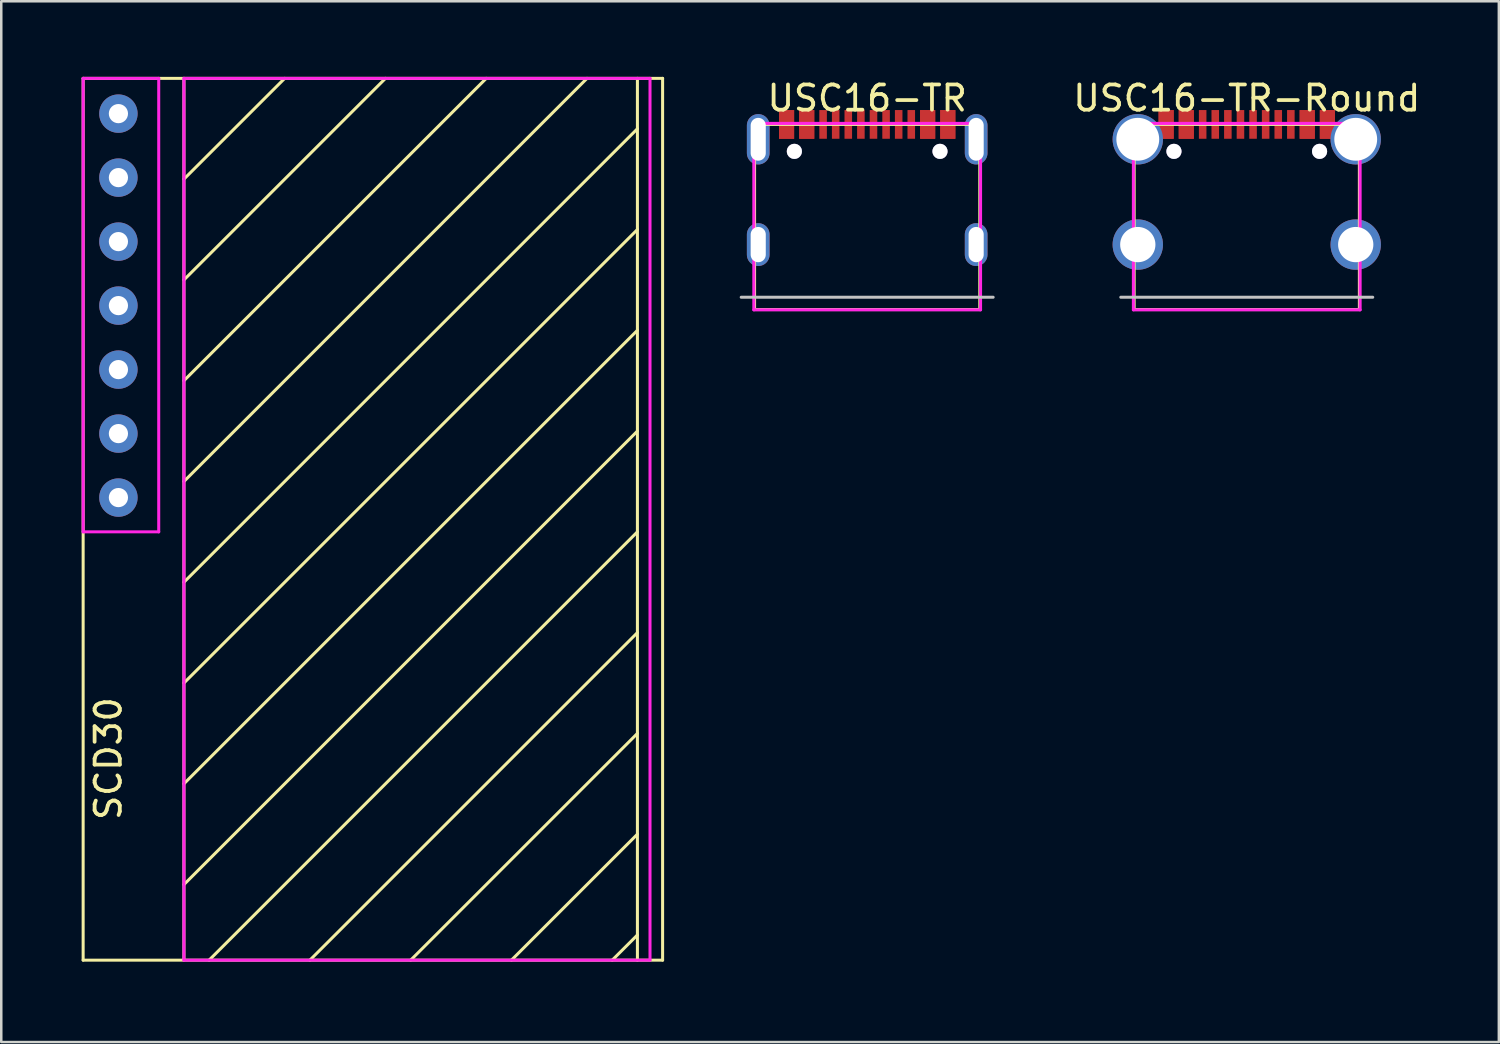
<source format=kicad_pcb>
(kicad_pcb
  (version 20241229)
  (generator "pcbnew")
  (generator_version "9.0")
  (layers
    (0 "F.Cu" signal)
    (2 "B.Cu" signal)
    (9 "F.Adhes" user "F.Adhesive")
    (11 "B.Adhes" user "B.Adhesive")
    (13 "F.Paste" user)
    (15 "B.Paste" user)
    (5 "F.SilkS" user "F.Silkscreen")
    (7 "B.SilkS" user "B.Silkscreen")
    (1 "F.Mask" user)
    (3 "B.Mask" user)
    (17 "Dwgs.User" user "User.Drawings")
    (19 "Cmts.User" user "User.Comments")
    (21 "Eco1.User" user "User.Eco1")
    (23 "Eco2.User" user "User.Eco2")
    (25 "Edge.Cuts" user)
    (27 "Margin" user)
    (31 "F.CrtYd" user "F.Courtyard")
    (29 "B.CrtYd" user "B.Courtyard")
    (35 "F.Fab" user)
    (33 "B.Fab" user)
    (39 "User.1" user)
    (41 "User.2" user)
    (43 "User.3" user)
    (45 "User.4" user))
  (footprint "USC16-TR"
    (layer "F.Cu")
    (at 31.37 8.748)
    (property "Reference" "USC16-TR" (at 0 -7.9 0) (layer "F.SilkS") (effects (font (size 1 1) (thickness 0.15))))
    (attr smd)
    (fp_line (start -4.47 -6.86) (end 4.47 -6.86) (stroke (width 0.12) (type solid)) (layer "F.SilkS"))
    (fp_line (start -4.47 0.49) (end -4.47 -6.86) (stroke (width 0.12) (type solid)) (layer "F.SilkS"))
    (fp_line (start -4.47 0.49) (end 4.47 0.49) (stroke (width 0.12) (type solid)) (layer "F.SilkS"))
    (fp_line (start 4.47 -6.86) (end 4.47 0.49) (stroke (width 0.12) (type solid)) (layer "F.SilkS"))
    (fp_line (start -5 0) (end 5 0) (stroke (width 0.12) (type solid)) (layer "Dwgs.User"))
    (fp_line (start -4.5 -6.9) (end 4.5 -6.9) (stroke (width 0.12) (type solid)) (layer "F.CrtYd"))
    (fp_line (start -4.5 0.5) (end -4.5 -6.9) (stroke (width 0.12) (type solid)) (layer "F.CrtYd"))
    (fp_line (start 4.5 -6.9) (end 4.5 0.5) (stroke (width 0.12) (type solid)) (layer "F.CrtYd"))
    (fp_line (start 4.5 0.5) (end -4.5 0.5) (stroke (width 0.12) (type solid)) (layer "F.CrtYd"))
    (pad "" thru_hole circle (at -2.89 -5.79) (size 0.6 0.6) (drill 0.6) (layers "*.Cu" "*.Mask"))
    (pad "" thru_hole circle (at 2.89 -5.79) (size 0.6 0.6) (drill 0.6) (layers "*.Cu" "*.Mask"))
    (pad "A1" smd rect (at -3.2 -6.86) (size 0.6 1.14) (layers "F.Cu" "F.Mask" "F.Paste"))
    (pad "A4" smd rect (at -2.4 -6.86) (size 0.6 1.14) (layers "F.Cu" "F.Mask" "F.Paste"))
    (pad "A5" smd rect (at -1.25 -6.86) (size 0.3 1.14) (layers "F.Cu" "F.Mask" "F.Paste"))
    (pad "A6" smd rect (at -0.25 -6.86) (size 0.3 1.14) (layers "F.Cu" "F.Mask" "F.Paste"))
    (pad "A7" smd rect (at 0.25 -6.86) (size 0.3 1.14) (layers "F.Cu" "F.Mask" "F.Paste"))
    (pad "A8" smd rect (at 1.25 -6.86) (size 0.3 1.14) (layers "F.Cu" "F.Mask" "F.Paste"))
    (pad "A9" smd rect (at 2.4 -6.86) (size 0.6 1.14) (layers "F.Cu" "F.Mask" "F.Paste"))
    (pad "A12" smd rect (at 3.2 -6.86) (size 0.6 1.14) (layers "F.Cu" "F.Mask" "F.Paste"))
    (pad "B1" smd rect (at 3.2 -6.86) (size 0.6 1.14) (layers "F.Cu" "F.Mask" "F.Paste"))
    (pad "B4" smd rect (at 2.4 -6.86) (size 0.6 1.14) (layers "F.Cu" "F.Mask" "F.Paste"))
    (pad "B5" smd rect (at 1.75 -6.86) (size 0.3 1.14) (layers "F.Cu" "F.Mask" "F.Paste"))
    (pad "B6" smd rect (at 0.75 -6.86) (size 0.3 1.14) (layers "F.Cu" "F.Mask" "F.Paste"))
    (pad "B7" smd rect (at -0.75 -6.86) (size 0.3 1.14) (layers "F.Cu" "F.Mask" "F.Paste"))
    (pad "B8" smd rect (at -1.75 -6.86) (size 0.3 1.14) (layers "F.Cu" "F.Mask" "F.Paste"))
    (pad "B9" smd rect (at -2.4 -6.86) (size 0.6 1.14) (layers "F.Cu" "F.Mask" "F.Paste"))
    (pad "B12" smd rect (at -3.2 -6.86) (size 0.6 1.14) (layers "F.Cu" "F.Mask" "F.Paste"))
    (pad "S1" thru_hole oval (at -4.325 -6.27) (size 0.9 2) (drill oval 0.6 1.7) (layers "*.Cu" "*.Mask"))
    (pad "S1" thru_hole oval (at -4.325 -2.09) (size 0.9 1.7) (drill oval 0.6 1.4) (layers "*.Cu" "*.Mask"))
    (pad "S1" thru_hole oval (at 4.325 -6.27) (size 0.9 2) (drill oval 0.6 1.7) (layers "*.Cu" "*.Mask"))
    (pad "S1" thru_hole oval (at 4.325 -2.09) (size 0.9 1.7) (drill oval 0.6 1.4) (layers "*.Cu" "*.Mask")))
  (footprint "SCD30"
    (layer "F.Cu")
    (at 0.25 35.06)
    (property "Reference" "SCD30" (at 1 -8 90) (layer "F.SilkS") (effects (font (size 1 1) (thickness 0.15))))
    (attr through_hole)
    (fp_line (start 0 -35) (end 23 -35) (stroke (width 0.12) (type solid)) (layer "F.SilkS"))
    (fp_line (start 0 0) (end 0 -35) (stroke (width 0.12) (type solid)) (layer "F.SilkS"))
    (fp_line (start 4 -35) (end 4 0) (stroke (width 0.12) (type solid)) (layer "F.SilkS"))
    (fp_line (start 8 -35) (end 4 -31) (stroke (width 0.12) (type solid)) (layer "F.SilkS"))
    (fp_line (start 12 -35) (end 4 -27) (stroke (width 0.12) (type solid)) (layer "F.SilkS"))
    (fp_line (start 16 -35) (end 4 -23) (stroke (width 0.12) (type solid)) (layer "F.SilkS"))
    (fp_line (start 20 -35) (end 4 -19) (stroke (width 0.12) (type solid)) (layer "F.SilkS"))
    (fp_line (start 22 -35) (end 22 0) (stroke (width 0.12) (type solid)) (layer "F.SilkS"))
    (fp_line (start 22 -33) (end 4 -15) (stroke (width 0.12) (type solid)) (layer "F.SilkS"))
    (fp_line (start 22 -29) (end 4 -11) (stroke (width 0.12) (type solid)) (layer "F.SilkS"))
    (fp_line (start 22 -25) (end 4 -7) (stroke (width 0.12) (type solid)) (layer "F.SilkS"))
    (fp_line (start 22 -21) (end 4 -3) (stroke (width 0.12) (type solid)) (layer "F.SilkS"))
    (fp_line (start 22 -17) (end 5 0) (stroke (width 0.12) (type solid)) (layer "F.SilkS"))
    (fp_line (start 22 -13) (end 9 0) (stroke (width 0.12) (type solid)) (layer "F.SilkS"))
    (fp_line (start 22 -9) (end 13 0) (stroke (width 0.12) (type solid)) (layer "F.SilkS"))
    (fp_line (start 22 -5) (end 17 0) (stroke (width 0.12) (type solid)) (layer "F.SilkS"))
    (fp_line (start 22 -1) (end 21 0) (stroke (width 0.12) (type solid)) (layer "F.SilkS"))
    (fp_line (start 23 -35) (end 23 0) (stroke (width 0.12) (type solid)) (layer "F.SilkS"))
    (fp_line (start 23 0) (end 0 0) (stroke (width 0.12) (type solid)) (layer "F.SilkS"))
    (fp_line (start 0 -35) (end 3 -35) (stroke (width 0.12) (type solid)) (layer "F.CrtYd"))
    (fp_line (start 0 -17) (end 0 -35) (stroke (width 0.12) (type solid)) (layer "F.CrtYd"))
    (fp_line (start 3 -35) (end 3 -17) (stroke (width 0.12) (type solid)) (layer "F.CrtYd"))
    (fp_line (start 3 -17) (end 0 -17) (stroke (width 0.12) (type solid)) (layer "F.CrtYd"))
    (fp_line (start 4 -35) (end 22.5 -35) (stroke (width 0.12) (type solid)) (layer "F.CrtYd"))
    (fp_line (start 4 0) (end 4 -35) (stroke (width 0.12) (type solid)) (layer "F.CrtYd"))
    (fp_line (start 22.5 -35) (end 22.5 0) (stroke (width 0.12) (type solid)) (layer "F.CrtYd"))
    (fp_line (start 22.5 0) (end 4 0) (stroke (width 0.12) (type solid)) (layer "F.CrtYd"))
    (pad "1" thru_hole circle (at 1.4 -33.6) (size 1.524 1.524) (drill 0.762) (layers "*.Cu" "*.Mask"))
    (pad "2" thru_hole circle (at 1.4 -31.06) (size 1.524 1.524) (drill 0.762) (layers "*.Cu" "*.Mask"))
    (pad "3" thru_hole circle (at 1.4 -28.52) (size 1.524 1.524) (drill 0.762) (layers "*.Cu" "*.Mask"))
    (pad "4" thru_hole circle (at 1.4 -25.98) (size 1.524 1.524) (drill 0.762) (layers "*.Cu" "*.Mask"))
    (pad "5" thru_hole circle (at 1.4 -23.44) (size 1.524 1.524) (drill 0.762) (layers "*.Cu" "*.Mask"))
    (pad "6" thru_hole circle (at 1.4 -20.9) (size 1.524 1.524) (drill 0.762) (layers "*.Cu" "*.Mask"))
    (pad "7" thru_hole circle (at 1.4 -18.36) (size 1.524 1.524) (drill 0.762) (layers "*.Cu" "*.Mask")))
  (footprint "USC16-TR-Round"
    (layer "F.Cu")
    (at 46.436 8.748)
    (property "Reference" "USC16-TR-Round" (at 0 -7.9 0) (layer "F.SilkS") (effects (font (size 1 1) (thickness 0.15))))
    (attr smd)
    (fp_line (start -4.47 -6.86) (end 4.47 -6.86) (stroke (width 0.12) (type solid)) (layer "F.SilkS"))
    (fp_line (start -4.47 0.49) (end -4.47 -6.86) (stroke (width 0.12) (type solid)) (layer "F.SilkS"))
    (fp_line (start -4.47 0.49) (end 4.47 0.49) (stroke (width 0.12) (type solid)) (layer "F.SilkS"))
    (fp_line (start 4.47 -6.86) (end 4.47 0.49) (stroke (width 0.12) (type solid)) (layer "F.SilkS"))
    (fp_line (start -5 0) (end 5 0) (stroke (width 0.12) (type solid)) (layer "Dwgs.User"))
    (fp_line (start -4.5 -6.9) (end 4.5 -6.9) (stroke (width 0.12) (type solid)) (layer "F.CrtYd"))
    (fp_line (start -4.5 0.5) (end -4.5 -6.9) (stroke (width 0.12) (type solid)) (layer "F.CrtYd"))
    (fp_line (start 4.5 -6.9) (end 4.5 0.5) (stroke (width 0.12) (type solid)) (layer "F.CrtYd"))
    (fp_line (start 4.5 0.5) (end -4.5 0.5) (stroke (width 0.12) (type solid)) (layer "F.CrtYd"))
    (pad "" thru_hole circle (at -2.89 -5.79) (size 0.6 0.6) (drill 0.6) (layers "*.Cu" "*.Mask"))
    (pad "" thru_hole circle (at 2.89 -5.79) (size 0.6 0.6) (drill 0.6) (layers "*.Cu" "*.Mask"))
    (pad "A1" smd rect (at -3.2 -6.86) (size 0.6 1.14) (layers "F.Cu" "F.Mask" "F.Paste"))
    (pad "A4" smd rect (at -2.4 -6.86) (size 0.6 1.14) (layers "F.Cu" "F.Mask" "F.Paste"))
    (pad "A5" smd rect (at -1.25 -6.86) (size 0.3 1.14) (layers "F.Cu" "F.Mask" "F.Paste"))
    (pad "A6" smd rect (at -0.25 -6.86) (size 0.3 1.14) (layers "F.Cu" "F.Mask" "F.Paste"))
    (pad "A7" smd rect (at 0.25 -6.86) (size 0.3 1.14) (layers "F.Cu" "F.Mask" "F.Paste"))
    (pad "A8" smd rect (at 1.25 -6.86) (size 0.3 1.14) (layers "F.Cu" "F.Mask" "F.Paste"))
    (pad "A9" smd rect (at 2.4 -6.86) (size 0.6 1.14) (layers "F.Cu" "F.Mask" "F.Paste"))
    (pad "A12" smd rect (at 3.2 -6.86) (size 0.6 1.14) (layers "F.Cu" "F.Mask" "F.Paste"))
    (pad "B1" smd rect (at 3.2 -6.86) (size 0.6 1.14) (layers "F.Cu" "F.Mask" "F.Paste"))
    (pad "B4" smd rect (at 2.4 -6.86) (size 0.6 1.14) (layers "F.Cu" "F.Mask" "F.Paste"))
    (pad "B5" smd rect (at 1.75 -6.86) (size 0.3 1.14) (layers "F.Cu" "F.Mask" "F.Paste"))
    (pad "B6" smd rect (at 0.75 -6.86) (size 0.3 1.14) (layers "F.Cu" "F.Mask" "F.Paste"))
    (pad "B7" smd rect (at -0.75 -6.86) (size 0.3 1.14) (layers "F.Cu" "F.Mask" "F.Paste"))
    (pad "B8" smd rect (at -1.75 -6.86) (size 0.3 1.14) (layers "F.Cu" "F.Mask" "F.Paste"))
    (pad "B9" smd rect (at -2.4 -6.86) (size 0.6 1.14) (layers "F.Cu" "F.Mask" "F.Paste"))
    (pad "B12" smd rect (at -3.2 -6.86) (size 0.6 1.14) (layers "F.Cu" "F.Mask" "F.Paste"))
    (pad "S1" thru_hole circle (at -4.325 -6.27) (size 2 2) (drill 1.7) (layers "*.Cu" "*.Mask"))
    (pad "S1" thru_hole circle (at -4.325 -2.09) (size 2 2) (drill 1.4) (layers "*.Cu" "*.Mask"))
    (pad "S1" thru_hole circle (at 4.325 -6.27) (size 2 2) (drill 1.7) (layers "*.Cu" "*.Mask"))
    (pad "S1" thru_hole circle (at 4.325 -2.09) (size 2 2) (drill 1.4) (layers "*.Cu" "*.Mask")))
  (gr_rect
    (start -3 -3)
    (end 56.442 38.31)
    (stroke (width 0.1) (type default))
    (fill no)
    (layer "Edge.Cuts")))
</source>
